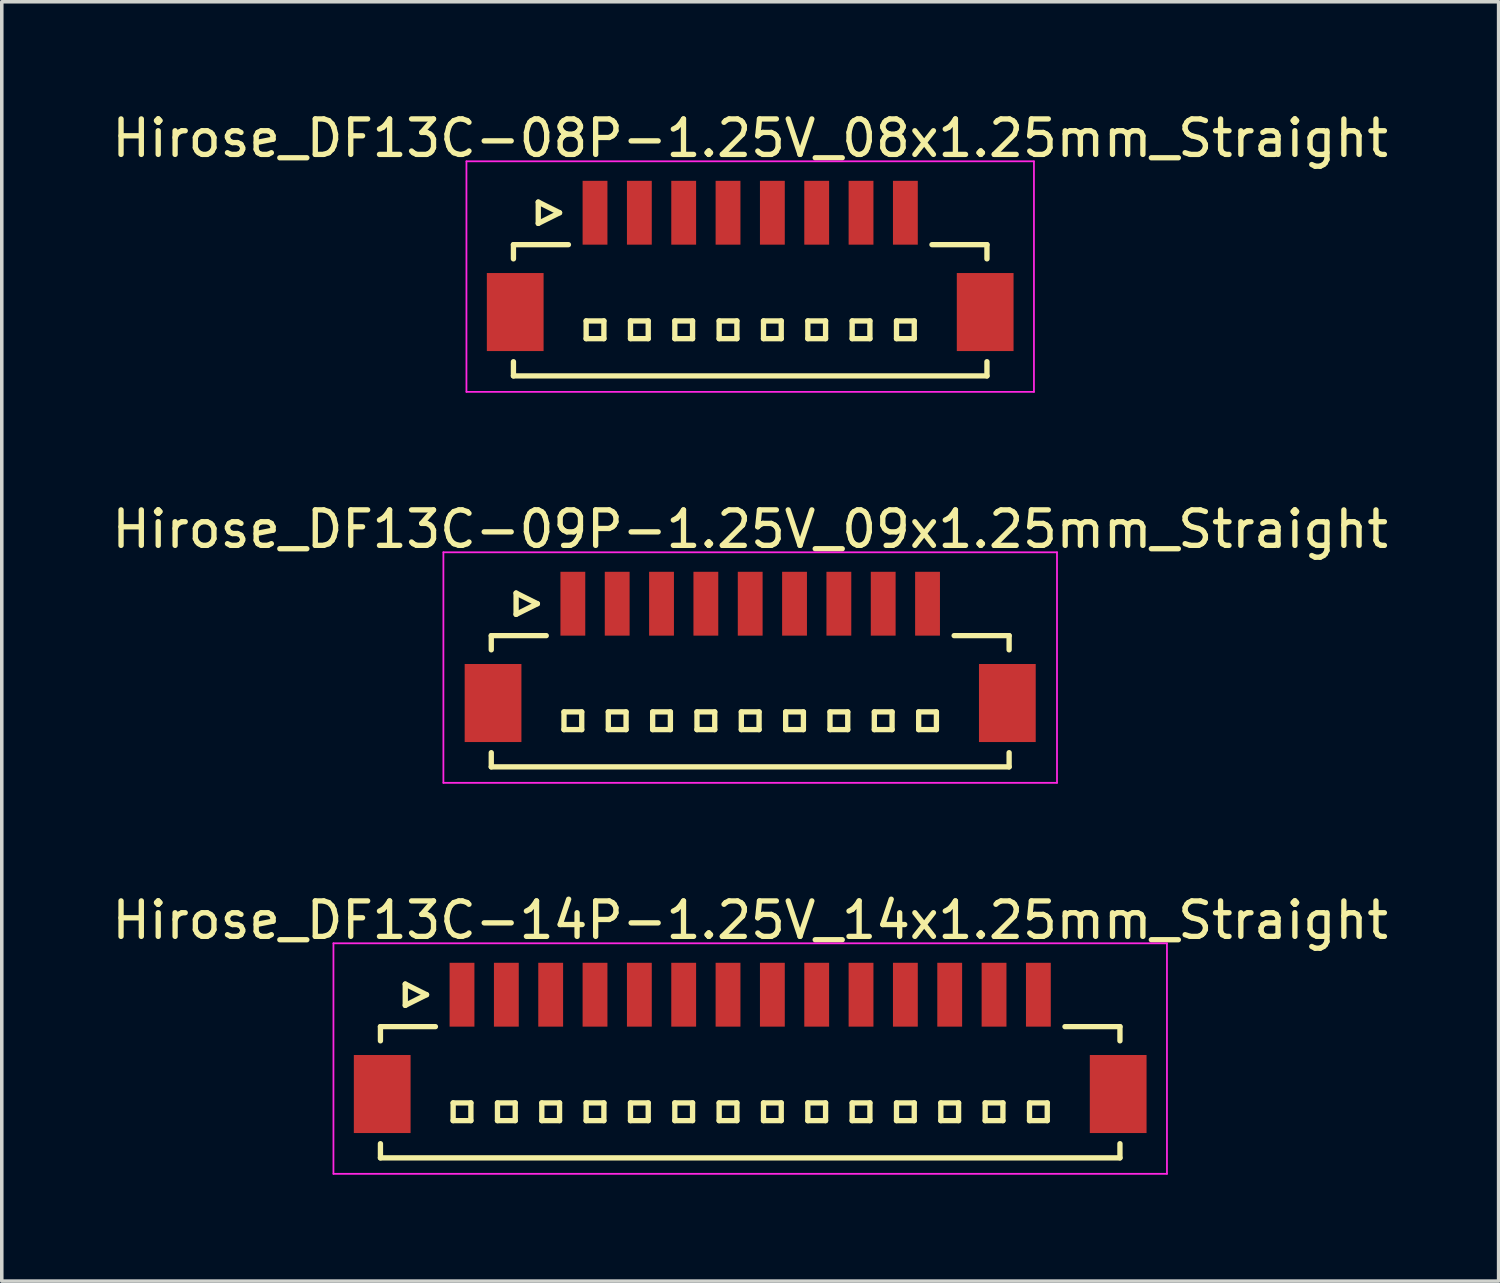
<source format=kicad_pcb>
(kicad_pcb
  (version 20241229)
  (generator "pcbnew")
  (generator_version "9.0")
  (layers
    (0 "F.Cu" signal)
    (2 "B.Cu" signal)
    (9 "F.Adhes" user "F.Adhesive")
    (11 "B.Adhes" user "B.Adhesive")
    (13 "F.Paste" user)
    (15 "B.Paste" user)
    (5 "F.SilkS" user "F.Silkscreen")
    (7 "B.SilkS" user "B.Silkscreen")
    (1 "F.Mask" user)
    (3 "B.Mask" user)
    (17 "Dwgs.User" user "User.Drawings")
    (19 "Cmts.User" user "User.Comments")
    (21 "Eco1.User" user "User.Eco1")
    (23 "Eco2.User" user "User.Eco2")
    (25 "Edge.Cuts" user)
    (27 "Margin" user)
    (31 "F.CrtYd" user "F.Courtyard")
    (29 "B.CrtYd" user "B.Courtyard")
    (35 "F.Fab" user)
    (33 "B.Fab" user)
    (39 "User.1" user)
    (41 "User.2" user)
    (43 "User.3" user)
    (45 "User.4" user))
  (footprint "Hirose_DF13C-08P-1.25V_08x1.25mm_Straight"
    (layer "F.Cu")
    (at 18.101 4.348)
    (property "Reference" "Hirose_DF13C-08P-1.25V_08x1.25mm_Straight" (at 0 -3.5 0) (layer "F.SilkS") (effects (font (size 1 1) (thickness 0.15))))
    (attr smd)
    (fp_line (start -6.675 -0.5) (end -6.675 -0.1) (stroke (width 0.15) (type solid)) (layer "F.SilkS"))
    (fp_line (start -6.675 -0.5) (end -5.125 -0.5) (stroke (width 0.15) (type solid)) (layer "F.SilkS"))
    (fp_line (start -6.675 3.2) (end -6.675 2.8) (stroke (width 0.15) (type solid)) (layer "F.SilkS"))
    (fp_line (start -6.675 3.2) (end 6.675 3.2) (stroke (width 0.15) (type solid)) (layer "F.SilkS"))
    (fp_line (start -5.975 -1.7) (end -5.975 -1.1) (stroke (width 0.15) (type solid)) (layer "F.SilkS"))
    (fp_line (start -5.975 -1.1) (end -5.375 -1.4) (stroke (width 0.15) (type solid)) (layer "F.SilkS"))
    (fp_line (start -5.375 -1.4) (end -5.975 -1.7) (stroke (width 0.15) (type solid)) (layer "F.SilkS"))
    (fp_line (start -4.625 1.65) (end -4.625 2.15) (stroke (width 0.15) (type solid)) (layer "F.SilkS"))
    (fp_line (start -4.625 2.15) (end -4.125 2.15) (stroke (width 0.15) (type solid)) (layer "F.SilkS"))
    (fp_line (start -4.125 1.65) (end -4.625 1.65) (stroke (width 0.15) (type solid)) (layer "F.SilkS"))
    (fp_line (start -4.125 2.15) (end -4.125 1.65) (stroke (width 0.15) (type solid)) (layer "F.SilkS"))
    (fp_line (start -3.375 1.65) (end -3.375 2.15) (stroke (width 0.15) (type solid)) (layer "F.SilkS"))
    (fp_line (start -3.375 2.15) (end -2.875 2.15) (stroke (width 0.15) (type solid)) (layer "F.SilkS"))
    (fp_line (start -2.875 1.65) (end -3.375 1.65) (stroke (width 0.15) (type solid)) (layer "F.SilkS"))
    (fp_line (start -2.875 2.15) (end -2.875 1.65) (stroke (width 0.15) (type solid)) (layer "F.SilkS"))
    (fp_line (start -2.125 1.65) (end -2.125 2.15) (stroke (width 0.15) (type solid)) (layer "F.SilkS"))
    (fp_line (start -2.125 2.15) (end -1.625 2.15) (stroke (width 0.15) (type solid)) (layer "F.SilkS"))
    (fp_line (start -1.625 1.65) (end -2.125 1.65) (stroke (width 0.15) (type solid)) (layer "F.SilkS"))
    (fp_line (start -1.625 2.15) (end -1.625 1.65) (stroke (width 0.15) (type solid)) (layer "F.SilkS"))
    (fp_line (start -0.875 1.65) (end -0.875 2.15) (stroke (width 0.15) (type solid)) (layer "F.SilkS"))
    (fp_line (start -0.875 2.15) (end -0.375 2.15) (stroke (width 0.15) (type solid)) (layer "F.SilkS"))
    (fp_line (start -0.375 1.65) (end -0.875 1.65) (stroke (width 0.15) (type solid)) (layer "F.SilkS"))
    (fp_line (start -0.375 2.15) (end -0.375 1.65) (stroke (width 0.15) (type solid)) (layer "F.SilkS"))
    (fp_line (start 0.375 1.65) (end 0.375 2.15) (stroke (width 0.15) (type solid)) (layer "F.SilkS"))
    (fp_line (start 0.375 2.15) (end 0.875 2.15) (stroke (width 0.15) (type solid)) (layer "F.SilkS"))
    (fp_line (start 0.875 1.65) (end 0.375 1.65) (stroke (width 0.15) (type solid)) (layer "F.SilkS"))
    (fp_line (start 0.875 2.15) (end 0.875 1.65) (stroke (width 0.15) (type solid)) (layer "F.SilkS"))
    (fp_line (start 1.625 1.65) (end 1.625 2.15) (stroke (width 0.15) (type solid)) (layer "F.SilkS"))
    (fp_line (start 1.625 2.15) (end 2.125 2.15) (stroke (width 0.15) (type solid)) (layer "F.SilkS"))
    (fp_line (start 2.125 1.65) (end 1.625 1.65) (stroke (width 0.15) (type solid)) (layer "F.SilkS"))
    (fp_line (start 2.125 2.15) (end 2.125 1.65) (stroke (width 0.15) (type solid)) (layer "F.SilkS"))
    (fp_line (start 2.875 1.65) (end 2.875 2.15) (stroke (width 0.15) (type solid)) (layer "F.SilkS"))
    (fp_line (start 2.875 2.15) (end 3.375 2.15) (stroke (width 0.15) (type solid)) (layer "F.SilkS"))
    (fp_line (start 3.375 1.65) (end 2.875 1.65) (stroke (width 0.15) (type solid)) (layer "F.SilkS"))
    (fp_line (start 3.375 2.15) (end 3.375 1.65) (stroke (width 0.15) (type solid)) (layer "F.SilkS"))
    (fp_line (start 4.125 1.65) (end 4.125 2.15) (stroke (width 0.15) (type solid)) (layer "F.SilkS"))
    (fp_line (start 4.125 2.15) (end 4.625 2.15) (stroke (width 0.15) (type solid)) (layer "F.SilkS"))
    (fp_line (start 4.625 1.65) (end 4.125 1.65) (stroke (width 0.15) (type solid)) (layer "F.SilkS"))
    (fp_line (start 4.625 2.15) (end 4.625 1.65) (stroke (width 0.15) (type solid)) (layer "F.SilkS"))
    (fp_line (start 6.675 -0.5) (end 5.125 -0.5) (stroke (width 0.15) (type solid)) (layer "F.SilkS"))
    (fp_line (start 6.675 -0.5) (end 6.675 -0.1) (stroke (width 0.15) (type solid)) (layer "F.SilkS"))
    (fp_line (start 6.675 3.2) (end 6.675 2.8) (stroke (width 0.15) (type solid)) (layer "F.SilkS"))
    (fp_line (start -8 -2.85) (end -8 3.65) (stroke (width 0.05) (type solid)) (layer "F.CrtYd"))
    (fp_line (start -8 3.65) (end 8 3.65) (stroke (width 0.05) (type solid)) (layer "F.CrtYd"))
    (fp_line (start 8 -2.85) (end -8 -2.85) (stroke (width 0.05) (type solid)) (layer "F.CrtYd"))
    (fp_line (start 8 3.65) (end 8 -2.85) (stroke (width 0.05) (type solid)) (layer "F.CrtYd"))
    (pad "" smd rect (at -6.625 1.4) (size 1.6 2.2) (layers "F.Cu" "F.Mask" "F.Paste"))
    (pad "" smd rect (at 6.625 1.4) (size 1.6 2.2) (layers "F.Cu" "F.Mask" "F.Paste"))
    (pad "1" smd rect (at -4.375 -1.4) (size 0.7 1.8) (layers "F.Cu" "F.Mask" "F.Paste"))
    (pad "2" smd rect (at -3.125 -1.4) (size 0.7 1.8) (layers "F.Cu" "F.Mask" "F.Paste"))
    (pad "3" smd rect (at -1.875 -1.4) (size 0.7 1.8) (layers "F.Cu" "F.Mask" "F.Paste"))
    (pad "4" smd rect (at -0.625 -1.4) (size 0.7 1.8) (layers "F.Cu" "F.Mask" "F.Paste"))
    (pad "5" smd rect (at 0.625 -1.4) (size 0.7 1.8) (layers "F.Cu" "F.Mask" "F.Paste"))
    (pad "6" smd rect (at 1.875 -1.4) (size 0.7 1.8) (layers "F.Cu" "F.Mask" "F.Paste"))
    (pad "7" smd rect (at 3.125 -1.4) (size 0.7 1.8) (layers "F.Cu" "F.Mask" "F.Paste"))
    (pad "8" smd rect (at 4.375 -1.4) (size 0.7 1.8) (layers "F.Cu" "F.Mask" "F.Paste")))
  (footprint "Hirose_DF13C-14P-1.25V_14x1.25mm_Straight"
    (layer "F.Cu")
    (at 18.101 26.395)
    (property "Reference" "Hirose_DF13C-14P-1.25V_14x1.25mm_Straight" (at 0 -3.5 0) (layer "F.SilkS") (effects (font (size 1 1) (thickness 0.15))))
    (attr smd)
    (fp_line (start -10.425 -0.5) (end -10.425 -0.1) (stroke (width 0.15) (type solid)) (layer "F.SilkS"))
    (fp_line (start -10.425 -0.5) (end -8.875 -0.5) (stroke (width 0.15) (type solid)) (layer "F.SilkS"))
    (fp_line (start -10.425 3.2) (end -10.425 2.8) (stroke (width 0.15) (type solid)) (layer "F.SilkS"))
    (fp_line (start -10.425 3.2) (end 10.425 3.2) (stroke (width 0.15) (type solid)) (layer "F.SilkS"))
    (fp_line (start -9.725 -1.7) (end -9.725 -1.1) (stroke (width 0.15) (type solid)) (layer "F.SilkS"))
    (fp_line (start -9.725 -1.1) (end -9.125 -1.4) (stroke (width 0.15) (type solid)) (layer "F.SilkS"))
    (fp_line (start -9.125 -1.4) (end -9.725 -1.7) (stroke (width 0.15) (type solid)) (layer "F.SilkS"))
    (fp_line (start -8.375 1.65) (end -8.375 2.15) (stroke (width 0.15) (type solid)) (layer "F.SilkS"))
    (fp_line (start -8.375 2.15) (end -7.875 2.15) (stroke (width 0.15) (type solid)) (layer "F.SilkS"))
    (fp_line (start -7.875 1.65) (end -8.375 1.65) (stroke (width 0.15) (type solid)) (layer "F.SilkS"))
    (fp_line (start -7.875 2.15) (end -7.875 1.65) (stroke (width 0.15) (type solid)) (layer "F.SilkS"))
    (fp_line (start -7.125 1.65) (end -7.125 2.15) (stroke (width 0.15) (type solid)) (layer "F.SilkS"))
    (fp_line (start -7.125 2.15) (end -6.625 2.15) (stroke (width 0.15) (type solid)) (layer "F.SilkS"))
    (fp_line (start -6.625 1.65) (end -7.125 1.65) (stroke (width 0.15) (type solid)) (layer "F.SilkS"))
    (fp_line (start -6.625 2.15) (end -6.625 1.65) (stroke (width 0.15) (type solid)) (layer "F.SilkS"))
    (fp_line (start -5.875 1.65) (end -5.875 2.15) (stroke (width 0.15) (type solid)) (layer "F.SilkS"))
    (fp_line (start -5.875 2.15) (end -5.375 2.15) (stroke (width 0.15) (type solid)) (layer "F.SilkS"))
    (fp_line (start -5.375 1.65) (end -5.875 1.65) (stroke (width 0.15) (type solid)) (layer "F.SilkS"))
    (fp_line (start -5.375 2.15) (end -5.375 1.65) (stroke (width 0.15) (type solid)) (layer "F.SilkS"))
    (fp_line (start -4.625 1.65) (end -4.625 2.15) (stroke (width 0.15) (type solid)) (layer "F.SilkS"))
    (fp_line (start -4.625 2.15) (end -4.125 2.15) (stroke (width 0.15) (type solid)) (layer "F.SilkS"))
    (fp_line (start -4.125 1.65) (end -4.625 1.65) (stroke (width 0.15) (type solid)) (layer "F.SilkS"))
    (fp_line (start -4.125 2.15) (end -4.125 1.65) (stroke (width 0.15) (type solid)) (layer "F.SilkS"))
    (fp_line (start -3.375 1.65) (end -3.375 2.15) (stroke (width 0.15) (type solid)) (layer "F.SilkS"))
    (fp_line (start -3.375 2.15) (end -2.875 2.15) (stroke (width 0.15) (type solid)) (layer "F.SilkS"))
    (fp_line (start -2.875 1.65) (end -3.375 1.65) (stroke (width 0.15) (type solid)) (layer "F.SilkS"))
    (fp_line (start -2.875 2.15) (end -2.875 1.65) (stroke (width 0.15) (type solid)) (layer "F.SilkS"))
    (fp_line (start -2.125 1.65) (end -2.125 2.15) (stroke (width 0.15) (type solid)) (layer "F.SilkS"))
    (fp_line (start -2.125 2.15) (end -1.625 2.15) (stroke (width 0.15) (type solid)) (layer "F.SilkS"))
    (fp_line (start -1.625 1.65) (end -2.125 1.65) (stroke (width 0.15) (type solid)) (layer "F.SilkS"))
    (fp_line (start -1.625 2.15) (end -1.625 1.65) (stroke (width 0.15) (type solid)) (layer "F.SilkS"))
    (fp_line (start -0.875 1.65) (end -0.875 2.15) (stroke (width 0.15) (type solid)) (layer "F.SilkS"))
    (fp_line (start -0.875 2.15) (end -0.375 2.15) (stroke (width 0.15) (type solid)) (layer "F.SilkS"))
    (fp_line (start -0.375 1.65) (end -0.875 1.65) (stroke (width 0.15) (type solid)) (layer "F.SilkS"))
    (fp_line (start -0.375 2.15) (end -0.375 1.65) (stroke (width 0.15) (type solid)) (layer "F.SilkS"))
    (fp_line (start 0.375 1.65) (end 0.375 2.15) (stroke (width 0.15) (type solid)) (layer "F.SilkS"))
    (fp_line (start 0.375 2.15) (end 0.875 2.15) (stroke (width 0.15) (type solid)) (layer "F.SilkS"))
    (fp_line (start 0.875 1.65) (end 0.375 1.65) (stroke (width 0.15) (type solid)) (layer "F.SilkS"))
    (fp_line (start 0.875 2.15) (end 0.875 1.65) (stroke (width 0.15) (type solid)) (layer "F.SilkS"))
    (fp_line (start 1.625 1.65) (end 1.625 2.15) (stroke (width 0.15) (type solid)) (layer "F.SilkS"))
    (fp_line (start 1.625 2.15) (end 2.125 2.15) (stroke (width 0.15) (type solid)) (layer "F.SilkS"))
    (fp_line (start 2.125 1.65) (end 1.625 1.65) (stroke (width 0.15) (type solid)) (layer "F.SilkS"))
    (fp_line (start 2.125 2.15) (end 2.125 1.65) (stroke (width 0.15) (type solid)) (layer "F.SilkS"))
    (fp_line (start 2.875 1.65) (end 2.875 2.15) (stroke (width 0.15) (type solid)) (layer "F.SilkS"))
    (fp_line (start 2.875 2.15) (end 3.375 2.15) (stroke (width 0.15) (type solid)) (layer "F.SilkS"))
    (fp_line (start 3.375 1.65) (end 2.875 1.65) (stroke (width 0.15) (type solid)) (layer "F.SilkS"))
    (fp_line (start 3.375 2.15) (end 3.375 1.65) (stroke (width 0.15) (type solid)) (layer "F.SilkS"))
    (fp_line (start 4.125 1.65) (end 4.125 2.15) (stroke (width 0.15) (type solid)) (layer "F.SilkS"))
    (fp_line (start 4.125 2.15) (end 4.625 2.15) (stroke (width 0.15) (type solid)) (layer "F.SilkS"))
    (fp_line (start 4.625 1.65) (end 4.125 1.65) (stroke (width 0.15) (type solid)) (layer "F.SilkS"))
    (fp_line (start 4.625 2.15) (end 4.625 1.65) (stroke (width 0.15) (type solid)) (layer "F.SilkS"))
    (fp_line (start 5.375 1.65) (end 5.375 2.15) (stroke (width 0.15) (type solid)) (layer "F.SilkS"))
    (fp_line (start 5.375 2.15) (end 5.875 2.15) (stroke (width 0.15) (type solid)) (layer "F.SilkS"))
    (fp_line (start 5.875 1.65) (end 5.375 1.65) (stroke (width 0.15) (type solid)) (layer "F.SilkS"))
    (fp_line (start 5.875 2.15) (end 5.875 1.65) (stroke (width 0.15) (type solid)) (layer "F.SilkS"))
    (fp_line (start 6.625 1.65) (end 6.625 2.15) (stroke (width 0.15) (type solid)) (layer "F.SilkS"))
    (fp_line (start 6.625 2.15) (end 7.125 2.15) (stroke (width 0.15) (type solid)) (layer "F.SilkS"))
    (fp_line (start 7.125 1.65) (end 6.625 1.65) (stroke (width 0.15) (type solid)) (layer "F.SilkS"))
    (fp_line (start 7.125 2.15) (end 7.125 1.65) (stroke (width 0.15) (type solid)) (layer "F.SilkS"))
    (fp_line (start 7.875 1.65) (end 7.875 2.15) (stroke (width 0.15) (type solid)) (layer "F.SilkS"))
    (fp_line (start 7.875 2.15) (end 8.375 2.15) (stroke (width 0.15) (type solid)) (layer "F.SilkS"))
    (fp_line (start 8.375 1.65) (end 7.875 1.65) (stroke (width 0.15) (type solid)) (layer "F.SilkS"))
    (fp_line (start 8.375 2.15) (end 8.375 1.65) (stroke (width 0.15) (type solid)) (layer "F.SilkS"))
    (fp_line (start 10.425 -0.5) (end 8.875 -0.5) (stroke (width 0.15) (type solid)) (layer "F.SilkS"))
    (fp_line (start 10.425 -0.5) (end 10.425 -0.1) (stroke (width 0.15) (type solid)) (layer "F.SilkS"))
    (fp_line (start 10.425 3.2) (end 10.425 2.8) (stroke (width 0.15) (type solid)) (layer "F.SilkS"))
    (fp_line (start -11.75 -2.85) (end -11.75 3.65) (stroke (width 0.05) (type solid)) (layer "F.CrtYd"))
    (fp_line (start -11.75 3.65) (end 11.75 3.65) (stroke (width 0.05) (type solid)) (layer "F.CrtYd"))
    (fp_line (start 11.75 -2.85) (end -11.75 -2.85) (stroke (width 0.05) (type solid)) (layer "F.CrtYd"))
    (fp_line (start 11.75 3.65) (end 11.75 -2.85) (stroke (width 0.05) (type solid)) (layer "F.CrtYd"))
    (pad "" smd rect (at -10.375 1.4) (size 1.6 2.2) (layers "F.Cu" "F.Mask" "F.Paste"))
    (pad "" smd rect (at 10.375 1.4) (size 1.6 2.2) (layers "F.Cu" "F.Mask" "F.Paste"))
    (pad "1" smd rect (at -8.125 -1.4) (size 0.7 1.8) (layers "F.Cu" "F.Mask" "F.Paste"))
    (pad "2" smd rect (at -6.875 -1.4) (size 0.7 1.8) (layers "F.Cu" "F.Mask" "F.Paste"))
    (pad "3" smd rect (at -5.625 -1.4) (size 0.7 1.8) (layers "F.Cu" "F.Mask" "F.Paste"))
    (pad "4" smd rect (at -4.375 -1.4) (size 0.7 1.8) (layers "F.Cu" "F.Mask" "F.Paste"))
    (pad "5" smd rect (at -3.125 -1.4) (size 0.7 1.8) (layers "F.Cu" "F.Mask" "F.Paste"))
    (pad "6" smd rect (at -1.875 -1.4) (size 0.7 1.8) (layers "F.Cu" "F.Mask" "F.Paste"))
    (pad "7" smd rect (at -0.625 -1.4) (size 0.7 1.8) (layers "F.Cu" "F.Mask" "F.Paste"))
    (pad "8" smd rect (at 0.625 -1.4) (size 0.7 1.8) (layers "F.Cu" "F.Mask" "F.Paste"))
    (pad "9" smd rect (at 1.875 -1.4) (size 0.7 1.8) (layers "F.Cu" "F.Mask" "F.Paste"))
    (pad "10" smd rect (at 3.125 -1.4) (size 0.7 1.8) (layers "F.Cu" "F.Mask" "F.Paste"))
    (pad "11" smd rect (at 4.375 -1.4) (size 0.7 1.8) (layers "F.Cu" "F.Mask" "F.Paste"))
    (pad "12" smd rect (at 5.625 -1.4) (size 0.7 1.8) (layers "F.Cu" "F.Mask" "F.Paste"))
    (pad "13" smd rect (at 6.875 -1.4) (size 0.7 1.8) (layers "F.Cu" "F.Mask" "F.Paste"))
    (pad "14" smd rect (at 8.125 -1.4) (size 0.7 1.8) (layers "F.Cu" "F.Mask" "F.Paste")))
  (footprint "Hirose_DF13C-09P-1.25V_09x1.25mm_Straight"
    (layer "F.Cu")
    (at 18.101 15.371)
    (property "Reference" "Hirose_DF13C-09P-1.25V_09x1.25mm_Straight" (at 0 -3.5 0) (layer "F.SilkS") (effects (font (size 1 1) (thickness 0.15))))
    (attr smd)
    (fp_line (start -7.3 -0.5) (end -7.3 -0.1) (stroke (width 0.15) (type solid)) (layer "F.SilkS"))
    (fp_line (start -7.3 -0.5) (end -5.75 -0.5) (stroke (width 0.15) (type solid)) (layer "F.SilkS"))
    (fp_line (start -7.3 3.2) (end -7.3 2.8) (stroke (width 0.15) (type solid)) (layer "F.SilkS"))
    (fp_line (start -7.3 3.2) (end 7.3 3.2) (stroke (width 0.15) (type solid)) (layer "F.SilkS"))
    (fp_line (start -6.6 -1.7) (end -6.6 -1.1) (stroke (width 0.15) (type solid)) (layer "F.SilkS"))
    (fp_line (start -6.6 -1.1) (end -6 -1.4) (stroke (width 0.15) (type solid)) (layer "F.SilkS"))
    (fp_line (start -6 -1.4) (end -6.6 -1.7) (stroke (width 0.15) (type solid)) (layer "F.SilkS"))
    (fp_line (start -5.25 1.65) (end -5.25 2.15) (stroke (width 0.15) (type solid)) (layer "F.SilkS"))
    (fp_line (start -5.25 2.15) (end -4.75 2.15) (stroke (width 0.15) (type solid)) (layer "F.SilkS"))
    (fp_line (start -4.75 1.65) (end -5.25 1.65) (stroke (width 0.15) (type solid)) (layer "F.SilkS"))
    (fp_line (start -4.75 2.15) (end -4.75 1.65) (stroke (width 0.15) (type solid)) (layer "F.SilkS"))
    (fp_line (start -4 1.65) (end -4 2.15) (stroke (width 0.15) (type solid)) (layer "F.SilkS"))
    (fp_line (start -4 2.15) (end -3.5 2.15) (stroke (width 0.15) (type solid)) (layer "F.SilkS"))
    (fp_line (start -3.5 1.65) (end -4 1.65) (stroke (width 0.15) (type solid)) (layer "F.SilkS"))
    (fp_line (start -3.5 2.15) (end -3.5 1.65) (stroke (width 0.15) (type solid)) (layer "F.SilkS"))
    (fp_line (start -2.75 1.65) (end -2.75 2.15) (stroke (width 0.15) (type solid)) (layer "F.SilkS"))
    (fp_line (start -2.75 2.15) (end -2.25 2.15) (stroke (width 0.15) (type solid)) (layer "F.SilkS"))
    (fp_line (start -2.25 1.65) (end -2.75 1.65) (stroke (width 0.15) (type solid)) (layer "F.SilkS"))
    (fp_line (start -2.25 2.15) (end -2.25 1.65) (stroke (width 0.15) (type solid)) (layer "F.SilkS"))
    (fp_line (start -1.5 1.65) (end -1.5 2.15) (stroke (width 0.15) (type solid)) (layer "F.SilkS"))
    (fp_line (start -1.5 2.15) (end -1 2.15) (stroke (width 0.15) (type solid)) (layer "F.SilkS"))
    (fp_line (start -1 1.65) (end -1.5 1.65) (stroke (width 0.15) (type solid)) (layer "F.SilkS"))
    (fp_line (start -1 2.15) (end -1 1.65) (stroke (width 0.15) (type solid)) (layer "F.SilkS"))
    (fp_line (start -0.25 1.65) (end -0.25 2.15) (stroke (width 0.15) (type solid)) (layer "F.SilkS"))
    (fp_line (start -0.25 2.15) (end 0.25 2.15) (stroke (width 0.15) (type solid)) (layer "F.SilkS"))
    (fp_line (start 0.25 1.65) (end -0.25 1.65) (stroke (width 0.15) (type solid)) (layer "F.SilkS"))
    (fp_line (start 0.25 2.15) (end 0.25 1.65) (stroke (width 0.15) (type solid)) (layer "F.SilkS"))
    (fp_line (start 1 1.65) (end 1 2.15) (stroke (width 0.15) (type solid)) (layer "F.SilkS"))
    (fp_line (start 1 2.15) (end 1.5 2.15) (stroke (width 0.15) (type solid)) (layer "F.SilkS"))
    (fp_line (start 1.5 1.65) (end 1 1.65) (stroke (width 0.15) (type solid)) (layer "F.SilkS"))
    (fp_line (start 1.5 2.15) (end 1.5 1.65) (stroke (width 0.15) (type solid)) (layer "F.SilkS"))
    (fp_line (start 2.25 1.65) (end 2.25 2.15) (stroke (width 0.15) (type solid)) (layer "F.SilkS"))
    (fp_line (start 2.25 2.15) (end 2.75 2.15) (stroke (width 0.15) (type solid)) (layer "F.SilkS"))
    (fp_line (start 2.75 1.65) (end 2.25 1.65) (stroke (width 0.15) (type solid)) (layer "F.SilkS"))
    (fp_line (start 2.75 2.15) (end 2.75 1.65) (stroke (width 0.15) (type solid)) (layer "F.SilkS"))
    (fp_line (start 3.5 1.65) (end 3.5 2.15) (stroke (width 0.15) (type solid)) (layer "F.SilkS"))
    (fp_line (start 3.5 2.15) (end 4 2.15) (stroke (width 0.15) (type solid)) (layer "F.SilkS"))
    (fp_line (start 4 1.65) (end 3.5 1.65) (stroke (width 0.15) (type solid)) (layer "F.SilkS"))
    (fp_line (start 4 2.15) (end 4 1.65) (stroke (width 0.15) (type solid)) (layer "F.SilkS"))
    (fp_line (start 4.75 1.65) (end 4.75 2.15) (stroke (width 0.15) (type solid)) (layer "F.SilkS"))
    (fp_line (start 4.75 2.15) (end 5.25 2.15) (stroke (width 0.15) (type solid)) (layer "F.SilkS"))
    (fp_line (start 5.25 1.65) (end 4.75 1.65) (stroke (width 0.15) (type solid)) (layer "F.SilkS"))
    (fp_line (start 5.25 2.15) (end 5.25 1.65) (stroke (width 0.15) (type solid)) (layer "F.SilkS"))
    (fp_line (start 7.3 -0.5) (end 5.75 -0.5) (stroke (width 0.15) (type solid)) (layer "F.SilkS"))
    (fp_line (start 7.3 -0.5) (end 7.3 -0.1) (stroke (width 0.15) (type solid)) (layer "F.SilkS"))
    (fp_line (start 7.3 3.2) (end 7.3 2.8) (stroke (width 0.15) (type solid)) (layer "F.SilkS"))
    (fp_line (start -8.65 -2.85) (end -8.65 3.65) (stroke (width 0.05) (type solid)) (layer "F.CrtYd"))
    (fp_line (start -8.65 3.65) (end 8.65 3.65) (stroke (width 0.05) (type solid)) (layer "F.CrtYd"))
    (fp_line (start 8.65 -2.85) (end -8.65 -2.85) (stroke (width 0.05) (type solid)) (layer "F.CrtYd"))
    (fp_line (start 8.65 3.65) (end 8.65 -2.85) (stroke (width 0.05) (type solid)) (layer "F.CrtYd"))
    (pad "" smd rect (at -7.25 1.4) (size 1.6 2.2) (layers "F.Cu" "F.Mask" "F.Paste"))
    (pad "" smd rect (at 7.25 1.4) (size 1.6 2.2) (layers "F.Cu" "F.Mask" "F.Paste"))
    (pad "1" smd rect (at -5 -1.4) (size 0.7 1.8) (layers "F.Cu" "F.Mask" "F.Paste"))
    (pad "2" smd rect (at -3.75 -1.4) (size 0.7 1.8) (layers "F.Cu" "F.Mask" "F.Paste"))
    (pad "3" smd rect (at -2.5 -1.4) (size 0.7 1.8) (layers "F.Cu" "F.Mask" "F.Paste"))
    (pad "4" smd rect (at -1.25 -1.4) (size 0.7 1.8) (layers "F.Cu" "F.Mask" "F.Paste"))
    (pad "5" smd rect (at 0 -1.4) (size 0.7 1.8) (layers "F.Cu" "F.Mask" "F.Paste"))
    (pad "6" smd rect (at 1.25 -1.4) (size 0.7 1.8) (layers "F.Cu" "F.Mask" "F.Paste"))
    (pad "7" smd rect (at 2.5 -1.4) (size 0.7 1.8) (layers "F.Cu" "F.Mask" "F.Paste"))
    (pad "8" smd rect (at 3.75 -1.4) (size 0.7 1.8) (layers "F.Cu" "F.Mask" "F.Paste"))
    (pad "9" smd rect (at 5 -1.4) (size 0.7 1.8) (layers "F.Cu" "F.Mask" "F.Paste")))
  (gr_rect
    (start -3 -3)
    (end 39.202 33.07)
    (stroke (width 0.1) (type default))
    (fill no)
    (layer "Edge.Cuts")))
</source>
